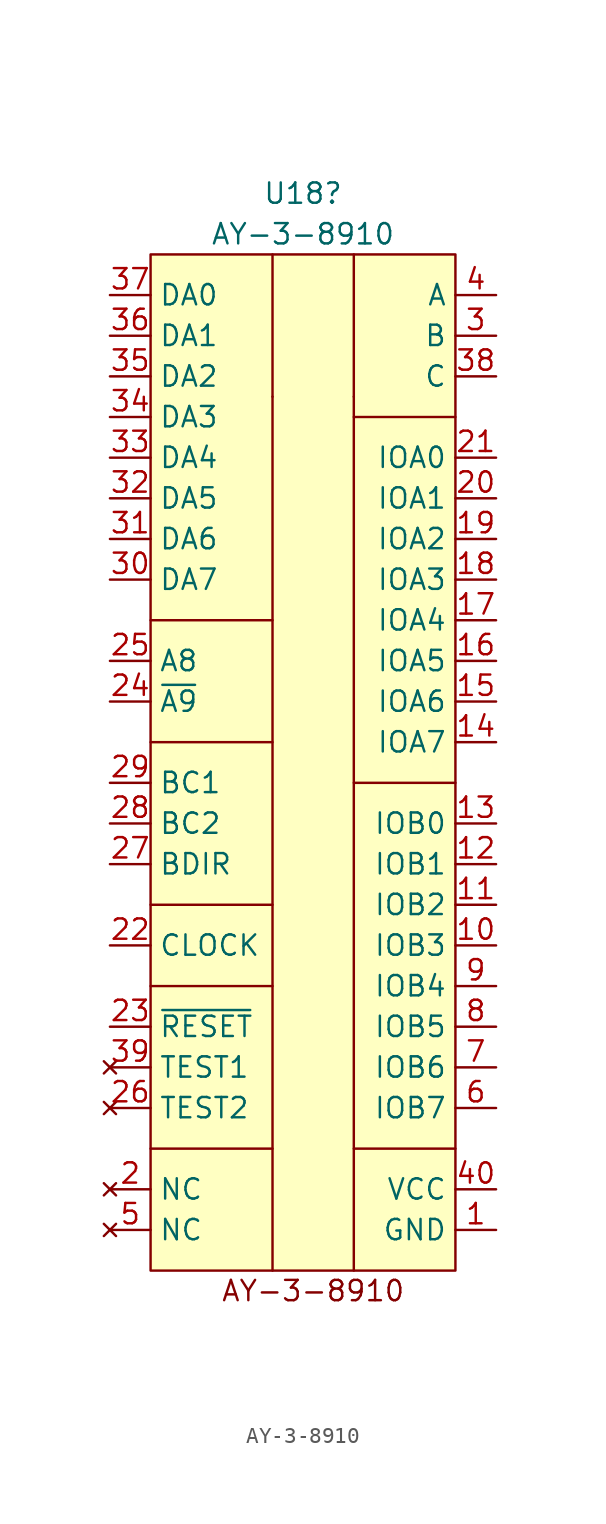
<source format=kicad_sym>
(kicad_symbol_lib
  (version 20220914)
  (generator kicad_symbol_editor)
  (symbol "AY-3-8910"
    (property "Reference" "U18"
      (at -0.635 29.21 0)
      (effects (font (size 1.27 1.27))))
    (property "Value" "AY-3-8910"
      (at -0.635 26.67 0)
      (effects (font (size 1.27 1.27))))
    (symbol "AY-3-8910_0_0"
      (pin power_in line (at 11.43 -35.56 180) (length 2.54) (name "GND" (effects (font (size 1.27 1.27)))) (number "1" (effects (font (size 1.27 1.27)))))
      (pin bidirectional line (at 11.43 -17.78 180) (length 2.54) (name "IOB3" (effects (font (size 1.27 1.27)))) (number "10" (effects (font (size 1.27 1.27)))))
      (pin bidirectional line (at 11.43 -15.24 180) (length 2.54) (name "IOB2" (effects (font (size 1.27 1.27)))) (number "11" (effects (font (size 1.27 1.27)))))
      (pin bidirectional line (at 11.43 -12.7 180) (length 2.54) (name "IOB1" (effects (font (size 1.27 1.27)))) (number "12" (effects (font (size 1.27 1.27)))))
      (pin bidirectional line (at 11.43 -10.16 180) (length 2.54) (name "IOB0" (effects (font (size 1.27 1.27)))) (number "13" (effects (font (size 1.27 1.27)))))
      (pin bidirectional line (at 11.43 -5.08 180) (length 2.54) (name "IOA7" (effects (font (size 1.27 1.27)))) (number "14" (effects (font (size 1.27 1.27)))))
      (pin bidirectional line (at 11.43 -2.54 180) (length 2.54) (name "IOA6" (effects (font (size 1.27 1.27)))) (number "15" (effects (font (size 1.27 1.27)))))
      (pin bidirectional line (at 11.43 0 180) (length 2.54) (name "IOA5" (effects (font (size 1.27 1.27)))) (number "16" (effects (font (size 1.27 1.27)))))
      (pin bidirectional line (at 11.43 2.54 180) (length 2.54) (name "IOA4" (effects (font (size 1.27 1.27)))) (number "17" (effects (font (size 1.27 1.27)))))
      (pin bidirectional line (at 11.43 5.08 180) (length 2.54) (name "IOA3" (effects (font (size 1.27 1.27)))) (number "18" (effects (font (size 1.27 1.27)))))
      (pin bidirectional line (at 11.43 7.62 180) (length 2.54) (name "IOA2" (effects (font (size 1.27 1.27)))) (number "19" (effects (font (size 1.27 1.27)))))
      (pin no_connect line (at -12.7 -33.02 0) (length 2.54) (name "NC" (effects (font (size 1.27 1.27)))) (number "2" (effects (font (size 1.27 1.27)))))
      (pin bidirectional line (at 11.43 10.16 180) (length 2.54) (name "IOA1" (effects (font (size 1.27 1.27)))) (number "20" (effects (font (size 1.27 1.27)))))
      (pin bidirectional line (at 11.43 12.7 180) (length 2.54) (name "IOA0" (effects (font (size 1.27 1.27)))) (number "21" (effects (font (size 1.27 1.27)))))
      (pin input line (at -12.7 -17.78 0) (length 2.54) (name "CLOCK" (effects (font (size 1.27 1.27)))) (number "22" (effects (font (size 1.27 1.27)))))
      (pin input line (at -12.7 -22.86 0) (length 2.54) (name "~{RESET}" (effects (font (size 1.27 1.27)))) (number "23" (effects (font (size 1.27 1.27)))))
      (pin input line (at -12.7 -2.54 0) (length 2.54) (name "~{A9}" (effects (font (size 1.27 1.27)))) (number "24" (effects (font (size 1.27 1.27)))))
      (pin input line (at -12.7 0 0) (length 2.54) (name "A8" (effects (font (size 1.27 1.27)))) (number "25" (effects (font (size 1.27 1.27)))))
      (pin no_connect line (at -12.7 -27.94 0) (length 2.54) (name "TEST2" (effects (font (size 1.27 1.27)))) (number "26" (effects (font (size 1.27 1.27)))))
      (pin input line (at -12.7 -12.7 0) (length 2.54) (name "BDIR" (effects (font (size 1.27 1.27)))) (number "27" (effects (font (size 1.27 1.27)))))
      (pin input line (at -12.7 -10.16 0) (length 2.54) (name "BC2" (effects (font (size 1.27 1.27)))) (number "28" (effects (font (size 1.27 1.27)))))
      (pin input line (at -12.7 -7.62 0) (length 2.54) (name "BC1" (effects (font (size 1.27 1.27)))) (number "29" (effects (font (size 1.27 1.27)))))
      (pin output line (at 11.43 20.32 180) (length 2.54) (name "B" (effects (font (size 1.27 1.27)))) (number "3" (effects (font (size 1.27 1.27)))))
      (pin bidirectional line (at -12.7 5.08 0) (length 2.54) (name "DA7" (effects (font (size 1.27 1.27)))) (number "30" (effects (font (size 1.27 1.27)))))
      (pin bidirectional line (at -12.7 7.62 0) (length 2.54) (name "DA6" (effects (font (size 1.27 1.27)))) (number "31" (effects (font (size 1.27 1.27)))))
      (pin bidirectional line (at -12.7 10.16 0) (length 2.54) (name "DA5" (effects (font (size 1.27 1.27)))) (number "32" (effects (font (size 1.27 1.27)))))
      (pin bidirectional line (at -12.7 12.7 0) (length 2.54) (name "DA4" (effects (font (size 1.27 1.27)))) (number "33" (effects (font (size 1.27 1.27)))))
      (pin bidirectional line (at -12.7 15.24 0) (length 2.54) (name "DA3" (effects (font (size 1.27 1.27)))) (number "34" (effects (font (size 1.27 1.27)))))
      (pin bidirectional line (at -12.7 17.78 0) (length 2.54) (name "DA2" (effects (font (size 1.27 1.27)))) (number "35" (effects (font (size 1.27 1.27)))))
      (pin bidirectional line (at -12.7 20.32 0) (length 2.54) (name "DA1" (effects (font (size 1.27 1.27)))) (number "36" (effects (font (size 1.27 1.27)))))
      (pin bidirectional line (at -12.7 22.86 0) (length 2.54) (name "DA0" (effects (font (size 1.27 1.27)))) (number "37" (effects (font (size 1.27 1.27)))))
      (pin output line (at 11.43 17.78 180) (length 2.54) (name "C" (effects (font (size 1.27 1.27)))) (number "38" (effects (font (size 1.27 1.27)))))
      (pin no_connect line (at -12.7 -25.4 0) (length 2.54) (name "TEST1" (effects (font (size 1.27 1.27)))) (number "39" (effects (font (size 1.27 1.27)))))
      (pin output line (at 11.43 22.86 180) (length 2.54) (name "A" (effects (font (size 1.27 1.27)))) (number "4" (effects (font (size 1.27 1.27)))))
      (pin power_in line (at 11.43 -33.02 180) (length 2.54) (name "VCC" (effects (font (size 1.27 1.27)))) (number "40" (effects (font (size 1.27 1.27)))))
      (pin no_connect line (at -12.7 -35.56 0) (length 2.54) (name "NC" (effects (font (size 1.27 1.27)))) (number "5" (effects (font (size 1.27 1.27)))))
      (pin bidirectional line (at 11.43 -27.94 180) (length 2.54) (name "IOB7" (effects (font (size 1.27 1.27)))) (number "6" (effects (font (size 1.27 1.27)))))
      (pin bidirectional line (at 11.43 -25.4 180) (length 2.54) (name "IOB6" (effects (font (size 1.27 1.27)))) (number "7" (effects (font (size 1.27 1.27)))))
      (pin bidirectional line (at 11.43 -22.86 180) (length 2.54) (name "IOB5" (effects (font (size 1.27 1.27)))) (number "8" (effects (font (size 1.27 1.27)))))
      (pin bidirectional line (at 11.43 -20.32 180) (length 2.54) (name "IOB4" (effects (font (size 1.27 1.27)))) (number "9" (effects (font (size 1.27 1.27))))))
    (symbol "AY-3-8910_0_1"
      (polyline (pts (xy -10.16 -30.48) (xy -2.54 -30.48)) (stroke (width 0) (type default)) (fill (type none)))
      (polyline (pts (xy -10.16 -20.32) (xy -2.54 -20.32)) (stroke (width 0) (type default)) (fill (type none)))
      (polyline (pts (xy -10.16 -15.24) (xy -2.54 -15.24)) (stroke (width 0) (type default)) (fill (type none)))
      (polyline (pts (xy -10.16 -5.08) (xy -2.54 -5.08)) (stroke (width 0) (type default)) (fill (type none)))
      (polyline (pts (xy -10.16 2.54) (xy -2.54 2.54)) (stroke (width 0) (type default)) (fill (type none)))
      (polyline (pts (xy -2.54 16.51) (xy -2.54 -38.1)) (stroke (width 0) (type default)) (fill (type none)))
      (polyline (pts (xy -2.54 16.51) (xy -2.54 25.4)) (stroke (width 0) (type default)) (fill (type none)))
      (polyline (pts (xy 2.54 -30.48) (xy 8.89 -30.48)) (stroke (width 0) (type default)) (fill (type none)))
      (polyline (pts (xy 2.54 -7.62) (xy 8.89 -7.62)) (stroke (width 0) (type default)) (fill (type none)))
      (polyline (pts (xy 2.54 15.24) (xy 8.89 15.24)) (stroke (width 0) (type default)) (fill (type none)))
      (polyline (pts (xy 2.54 16.51) (xy 2.54 -38.1)) (stroke (width 0) (type default)) (fill (type none)))
      (polyline (pts (xy 2.54 16.51) (xy 2.54 25.4)) (stroke (width 0) (type default)) (fill (type none))))
    (symbol "AY-3-8910_1_1"
      (rectangle (start -10.16 25.4) (end 8.89 -38.1) (stroke (width 0) (type default)) (fill (type background)))
      (text "AY-3-8910" (at 0 -39.37 0) (effects (font (size 1.27 1.27)))))))
</source>
